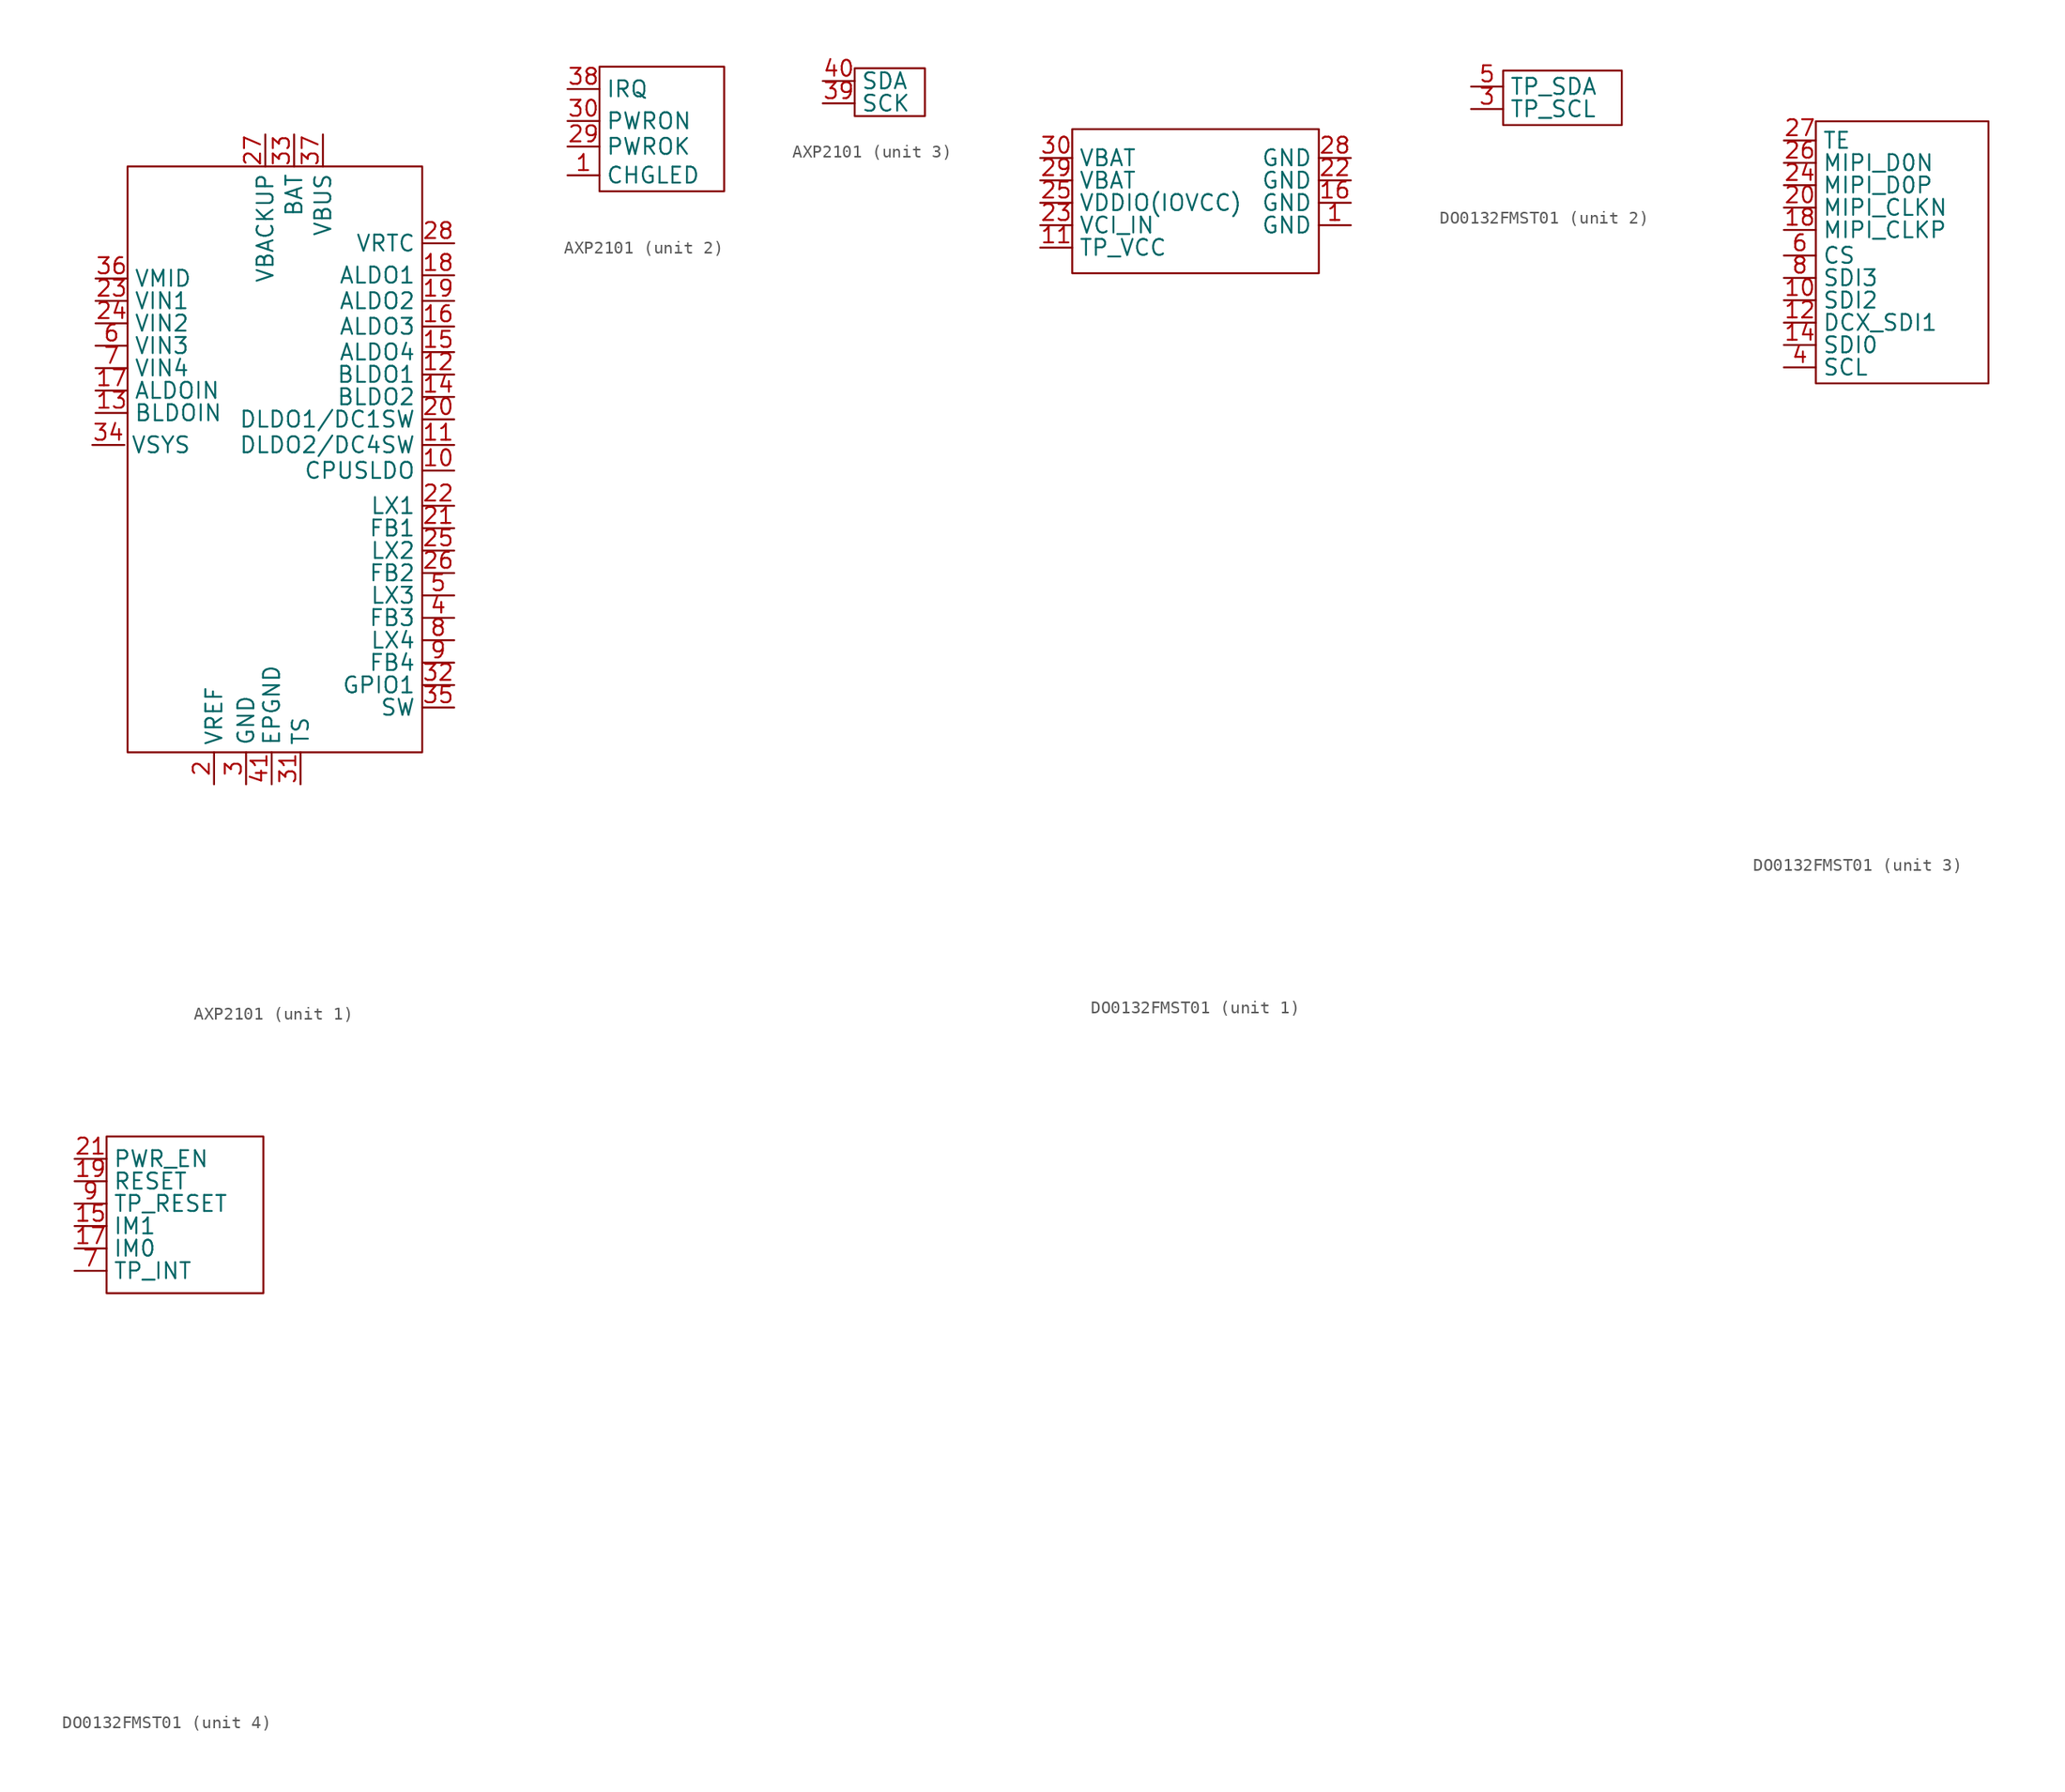
<source format=kicad_sym>
(kicad_symbol_lib
  (version 20241209)
  (generator "kicad_symbol_editor")
  (generator_version "9.0")
  (symbol "AXP2101"
    (pin_names
      (offset 0.5))
    (property "Reference" "U"
      (at 0 0 0)
      (effects (font (size 1.27 1.27)) (hide yes)))
    (property "Value" ""
      (at 0 0 0)
      (effects (font (size 1.27 1.27))))
    (property "ki_locked" ""
      (at 0 0 0)
      (effects (font (size 1.27 1.27))))
    (symbol "AXP2101_1_1"
      (rectangle (start -11.176 59.69) (end 12.192 13.208) (stroke (width 0) (type solid)) (fill (type none)))
      (pin power_out line (at -13.97 37.592 0) (length 2.54) (name "VSYS" (effects (font (size 1.27 1.27)))) (number "34" (effects (font (size 1.27 1.27)))))
      (pin power_in line (at -13.716 50.8 0) (length 2.54) (name "VMID" (effects (font (size 1.27 1.27)))) (number "36" (effects (font (size 1.27 1.27)))))
      (pin power_in line (at -13.716 49.022 0) (length 2.54) (name "VIN1" (effects (font (size 1.27 1.27)))) (number "23" (effects (font (size 1.27 1.27)))))
      (pin power_in line (at -13.716 47.244 0) (length 2.54) (name "VIN2" (effects (font (size 1.27 1.27)))) (number "24" (effects (font (size 1.27 1.27)))))
      (pin power_in line (at -13.716 45.466 0) (length 2.54) (name "VIN3" (effects (font (size 1.27 1.27)))) (number "6" (effects (font (size 1.27 1.27)))))
      (pin power_in line (at -13.716 43.688 0) (length 2.54) (name "VIN4" (effects (font (size 1.27 1.27)))) (number "7" (effects (font (size 1.27 1.27)))))
      (pin power_in line (at -13.716 41.91 0) (length 2.54) (name "ALDOIN" (effects (font (size 1.27 1.27)))) (number "17" (effects (font (size 1.27 1.27)))))
      (pin power_in line (at -13.716 40.132 0) (length 2.54) (name "BLDOIN" (effects (font (size 1.27 1.27)))) (number "13" (effects (font (size 1.27 1.27)))))
      (pin power_in line (at -4.318 10.668 90) (length 2.54) (name "VREF" (effects (font (size 1.27 1.27)))) (number "2" (effects (font (size 1.27 1.27)))))
      (pin power_in line (at -1.778 10.668 90) (length 2.54) (name "GND" (effects (font (size 1.27 1.27)))) (number "3" (effects (font (size 1.27 1.27)))))
      (pin power_in line (at -0.254 62.23 270) (length 2.54) (name "VBACKUP" (effects (font (size 1.27 1.27)))) (number "27" (effects (font (size 1.27 1.27)))))
      (pin power_in line (at 0.254 10.668 90) (length 2.54) (name "EPGND" (effects (font (size 1.27 1.27)))) (number "41" (effects (font (size 1.27 1.27)))))
      (pin power_in line (at 2.032 62.23 270) (length 2.54) (name "BAT" (effects (font (size 1.27 1.27)))) (number "33" (effects (font (size 1.27 1.27)))))
      (pin unspecified line (at 2.54 10.668 90) (length 2.54) (name "TS" (effects (font (size 1.27 1.27)))) (number "31" (effects (font (size 1.27 1.27)))))
      (pin power_in line (at 4.318 62.23 270) (length 2.54) (name "VBUS" (effects (font (size 1.27 1.27)))) (number "37" (effects (font (size 1.27 1.27)))))
      (pin power_out line (at 14.732 53.594 180) (length 2.54) (name "VRTC" (effects (font (size 1.27 1.27)))) (number "28" (effects (font (size 1.27 1.27)))))
      (pin power_out line (at 14.732 51.054 180) (length 2.54) (name "ALDO1" (effects (font (size 1.27 1.27)))) (number "18" (effects (font (size 1.27 1.27)))))
      (pin power_out line (at 14.732 49.022 180) (length 2.54) (name "ALDO2" (effects (font (size 1.27 1.27)))) (number "19" (effects (font (size 1.27 1.27)))))
      (pin power_out line (at 14.732 46.99 180) (length 2.54) (name "ALDO3" (effects (font (size 1.27 1.27)))) (number "16" (effects (font (size 1.27 1.27)))))
      (pin power_out line (at 14.732 44.958 180) (length 2.54) (name "ALDO4" (effects (font (size 1.27 1.27)))) (number "15" (effects (font (size 1.27 1.27)))))
      (pin power_out line (at 14.732 43.18 180) (length 2.54) (name "BLDO1" (effects (font (size 1.27 1.27)))) (number "12" (effects (font (size 1.27 1.27)))))
      (pin power_out line (at 14.732 41.402 180) (length 2.54) (name "BLDO2" (effects (font (size 1.27 1.27)))) (number "14" (effects (font (size 1.27 1.27)))))
      (pin power_out line (at 14.732 39.624 180) (length 2.54) (name "DLDO1/DC1SW" (effects (font (size 1.27 1.27)))) (number "20" (effects (font (size 1.27 1.27)))))
      (pin power_out line (at 14.732 37.592 180) (length 2.54) (name "DLDO2/DC4SW" (effects (font (size 1.27 1.27)))) (number "11" (effects (font (size 1.27 1.27)))))
      (pin power_out line (at 14.732 35.56 180) (length 2.54) (name "CPUSLDO" (effects (font (size 1.27 1.27)))) (number "10" (effects (font (size 1.27 1.27)))))
      (pin power_out line (at 14.732 32.766 180) (length 2.54) (name "LX1" (effects (font (size 1.27 1.27)))) (number "22" (effects (font (size 1.27 1.27)))))
      (pin power_out line (at 14.732 30.988 180) (length 2.54) (name "FB1" (effects (font (size 1.27 1.27)))) (number "21" (effects (font (size 1.27 1.27)))))
      (pin power_out line (at 14.732 29.21 180) (length 2.54) (name "LX2" (effects (font (size 1.27 1.27)))) (number "25" (effects (font (size 1.27 1.27)))))
      (pin power_out line (at 14.732 27.432 180) (length 2.54) (name "FB2" (effects (font (size 1.27 1.27)))) (number "26" (effects (font (size 1.27 1.27)))))
      (pin power_out line (at 14.732 25.654 180) (length 2.54) (name "LX3" (effects (font (size 1.27 1.27)))) (number "5" (effects (font (size 1.27 1.27)))))
      (pin power_out line (at 14.732 23.876 180) (length 2.54) (name "FB3" (effects (font (size 1.27 1.27)))) (number "4" (effects (font (size 1.27 1.27)))))
      (pin power_out line (at 14.732 22.098 180) (length 2.54) (name "LX4" (effects (font (size 1.27 1.27)))) (number "8" (effects (font (size 1.27 1.27)))))
      (pin power_out line (at 14.732 20.32 180) (length 2.54) (name "FB4" (effects (font (size 1.27 1.27)))) (number "9" (effects (font (size 1.27 1.27)))))
      (pin unspecified line (at 14.732 18.542 180) (length 2.54) (name "GPIO1" (effects (font (size 1.27 1.27)))) (number "32" (effects (font (size 1.27 1.27)))))
      (pin unspecified line (at 14.732 16.764 180) (length 2.54) (name "SW" (effects (font (size 1.27 1.27)))) (number "35" (effects (font (size 1.27 1.27))))))
    (symbol "AXP2101_2_1"
      (rectangle (start 2.286 11.938) (end 12.192 2.032) (stroke (width 0) (type default)) (fill (type none)))
      (pin unspecified line (at -0.254 10.16 0) (length 2.54) (name "IRQ" (effects (font (size 1.27 1.27)))) (number "38" (effects (font (size 1.27 1.27)))))
      (pin unspecified line (at -0.254 7.62 0) (length 2.54) (name "PWRON" (effects (font (size 1.27 1.27)))) (number "30" (effects (font (size 1.27 1.27)))))
      (pin unspecified line (at -0.254 5.588 0) (length 2.54) (name "PWROK" (effects (font (size 1.27 1.27)))) (number "29" (effects (font (size 1.27 1.27)))))
      (pin output line (at -0.254 3.302 0) (length 2.54) (name "CHGLED" (effects (font (size 1.27 1.27)))) (number "1" (effects (font (size 1.27 1.27))))))
    (symbol "AXP2101_3_1"
      (rectangle (start -0.508 4.826) (end 5.08 1.016) (stroke (width 0) (type default)) (fill (type none)))
      (pin unspecified line (at -3.048 3.81 0) (length 2.54) (name "SDA" (effects (font (size 1.27 1.27)))) (number "40" (effects (font (size 1.27 1.27)))))
      (pin unspecified line (at -3.048 2.032 0) (length 2.54) (name "SCK" (effects (font (size 1.27 1.27)))) (number "39" (effects (font (size 1.27 1.27)))))))
  (symbol "DO0132FMST01"
    (property "Reference" "U"
      (at 0 0 0)
      (effects (font (size 1.27 1.27)) (hide yes)))
    (property "Value" ""
      (at 0 0 0)
      (effects (font (size 1.27 1.27))))
    (property "ki_locked" ""
      (at 0 0 0)
      (effects (font (size 1.27 1.27))))
    (symbol "DO0132FMST01_1_1"
      (rectangle (start 2.54 62.23) (end 22.098 50.8) (stroke (width 0) (type default)) (fill (type none)))
      (pin bidirectional line (at 0 59.944 0) (length 2.54) (name "VBAT" (effects (font (size 1.27 1.27)))) (number "30" (effects (font (size 1.27 1.27)))))
      (pin bidirectional line (at 0 58.166 0) (length 2.54) (name "VBAT" (effects (font (size 1.27 1.27)))) (number "29" (effects (font (size 1.27 1.27)))))
      (pin bidirectional line (at 0 56.388 0) (length 2.54) (name "VDDIO(IOVCC)" (effects (font (size 1.27 1.27)))) (number "25" (effects (font (size 1.27 1.27)))))
      (pin bidirectional line (at 0 54.61 0) (length 2.54) (name "VCI_IN" (effects (font (size 1.27 1.27)))) (number "23" (effects (font (size 1.27 1.27)))))
      (pin bidirectional line (at 0 52.832 0) (length 2.54) (name "TP_VCC" (effects (font (size 1.27 1.27)))) (number "11" (effects (font (size 1.27 1.27)))))
      (pin bidirectional line (at 24.638 59.944 180) (length 2.54) (name "GND" (effects (font (size 1.27 1.27)))) (number "28" (effects (font (size 1.27 1.27)))))
      (pin bidirectional line (at 24.638 58.166 180) (length 2.54) (name "GND" (effects (font (size 1.27 1.27)))) (number "22" (effects (font (size 1.27 1.27)))))
      (pin bidirectional line (at 24.638 56.388 180) (length 2.54) (name "GND" (effects (font (size 1.27 1.27)))) (number "16" (effects (font (size 1.27 1.27)))))
      (pin bidirectional line (at 24.638 54.61 180) (length 2.54) (name "GND" (effects (font (size 1.27 1.27)))) (number "1" (effects (font (size 1.27 1.27))))))
    (symbol "DO0132FMST01_2_1"
      (rectangle (start -4.318 9.398) (end 5.08 5.08) (stroke (width 0) (type default)) (fill (type none)))
      (pin bidirectional line (at -6.858 8.128 0) (length 2.54) (name "TP_SDA" (effects (font (size 1.27 1.27)))) (number "5" (effects (font (size 1.27 1.27)))))
      (pin bidirectional line (at -6.858 6.35 0) (length 2.54) (name "TP_SCL" (effects (font (size 1.27 1.27)))) (number "3" (effects (font (size 1.27 1.27))))))
    (symbol "DO0132FMST01_3_1"
      (rectangle (start 6.858 52.578) (end 20.574 31.75) (stroke (width 0) (type default)) (fill (type none)))
      (pin bidirectional line (at 4.318 51.054 0) (length 2.54) (name "TE" (effects (font (size 1.27 1.27)))) (number "27" (effects (font (size 1.27 1.27)))))
      (pin bidirectional line (at 4.318 49.276 0) (length 2.54) (name "MIPI_D0N" (effects (font (size 1.27 1.27)))) (number "26" (effects (font (size 1.27 1.27)))))
      (pin bidirectional line (at 4.318 47.498 0) (length 2.54) (name "MIPI_D0P" (effects (font (size 1.27 1.27)))) (number "24" (effects (font (size 1.27 1.27)))))
      (pin bidirectional line (at 4.318 45.72 0) (length 2.54) (name "MIPI_CLKN" (effects (font (size 1.27 1.27)))) (number "20" (effects (font (size 1.27 1.27)))))
      (pin bidirectional line (at 4.318 43.942 0) (length 2.54) (name "MIPI_CLKP" (effects (font (size 1.27 1.27)))) (number "18" (effects (font (size 1.27 1.27)))))
      (pin bidirectional line (at 4.318 41.91 0) (length 2.54) (name "CS" (effects (font (size 1.27 1.27)))) (number "6" (effects (font (size 1.27 1.27)))))
      (pin bidirectional line (at 4.318 40.132 0) (length 2.54) (name "SDI3" (effects (font (size 1.27 1.27)))) (number "8" (effects (font (size 1.27 1.27)))))
      (pin bidirectional line (at 4.318 38.354 0) (length 2.54) (name "SDI2" (effects (font (size 1.27 1.27)))) (number "10" (effects (font (size 1.27 1.27)))))
      (pin bidirectional line (at 4.318 36.576 0) (length 2.54) (name "DCX_SDI1" (effects (font (size 1.27 1.27)))) (number "12" (effects (font (size 1.27 1.27)))))
      (pin bidirectional line (at 4.318 34.798 0) (length 2.54) (name "SDI0" (effects (font (size 1.27 1.27)))) (number "14" (effects (font (size 1.27 1.27)))))
      (pin bidirectional line (at 4.318 33.02 0) (length 2.54) (name "SCL" (effects (font (size 1.27 1.27)))) (number "4" (effects (font (size 1.27 1.27))))))
    (symbol "DO0132FMST01_4_1"
      (rectangle (start 2.54 41.148) (end 14.986 28.702) (stroke (width 0) (type default)) (fill (type none)))
      (pin bidirectional line (at 0 39.37 0) (length 2.54) (name "PWR_EN" (effects (font (size 1.27 1.27)))) (number "21" (effects (font (size 1.27 1.27)))))
      (pin bidirectional line (at 0 37.592 0) (length 2.54) (name "RESET" (effects (font (size 1.27 1.27)))) (number "19" (effects (font (size 1.27 1.27)))))
      (pin bidirectional line (at 0 35.814 0) (length 2.54) (name "TP_RESET" (effects (font (size 1.27 1.27)))) (number "9" (effects (font (size 1.27 1.27)))))
      (pin bidirectional line (at 0 34.036 0) (length 2.54) (name "IM1" (effects (font (size 1.27 1.27)))) (number "15" (effects (font (size 1.27 1.27)))))
      (pin bidirectional line (at 0 32.258 0) (length 2.54) (name "IM0" (effects (font (size 1.27 1.27)))) (number "17" (effects (font (size 1.27 1.27)))))
      (pin bidirectional line (at 0 30.48 0) (length 2.54) (name "TP_INT" (effects (font (size 1.27 1.27)))) (number "7" (effects (font (size 1.27 1.27))))))))
</source>
